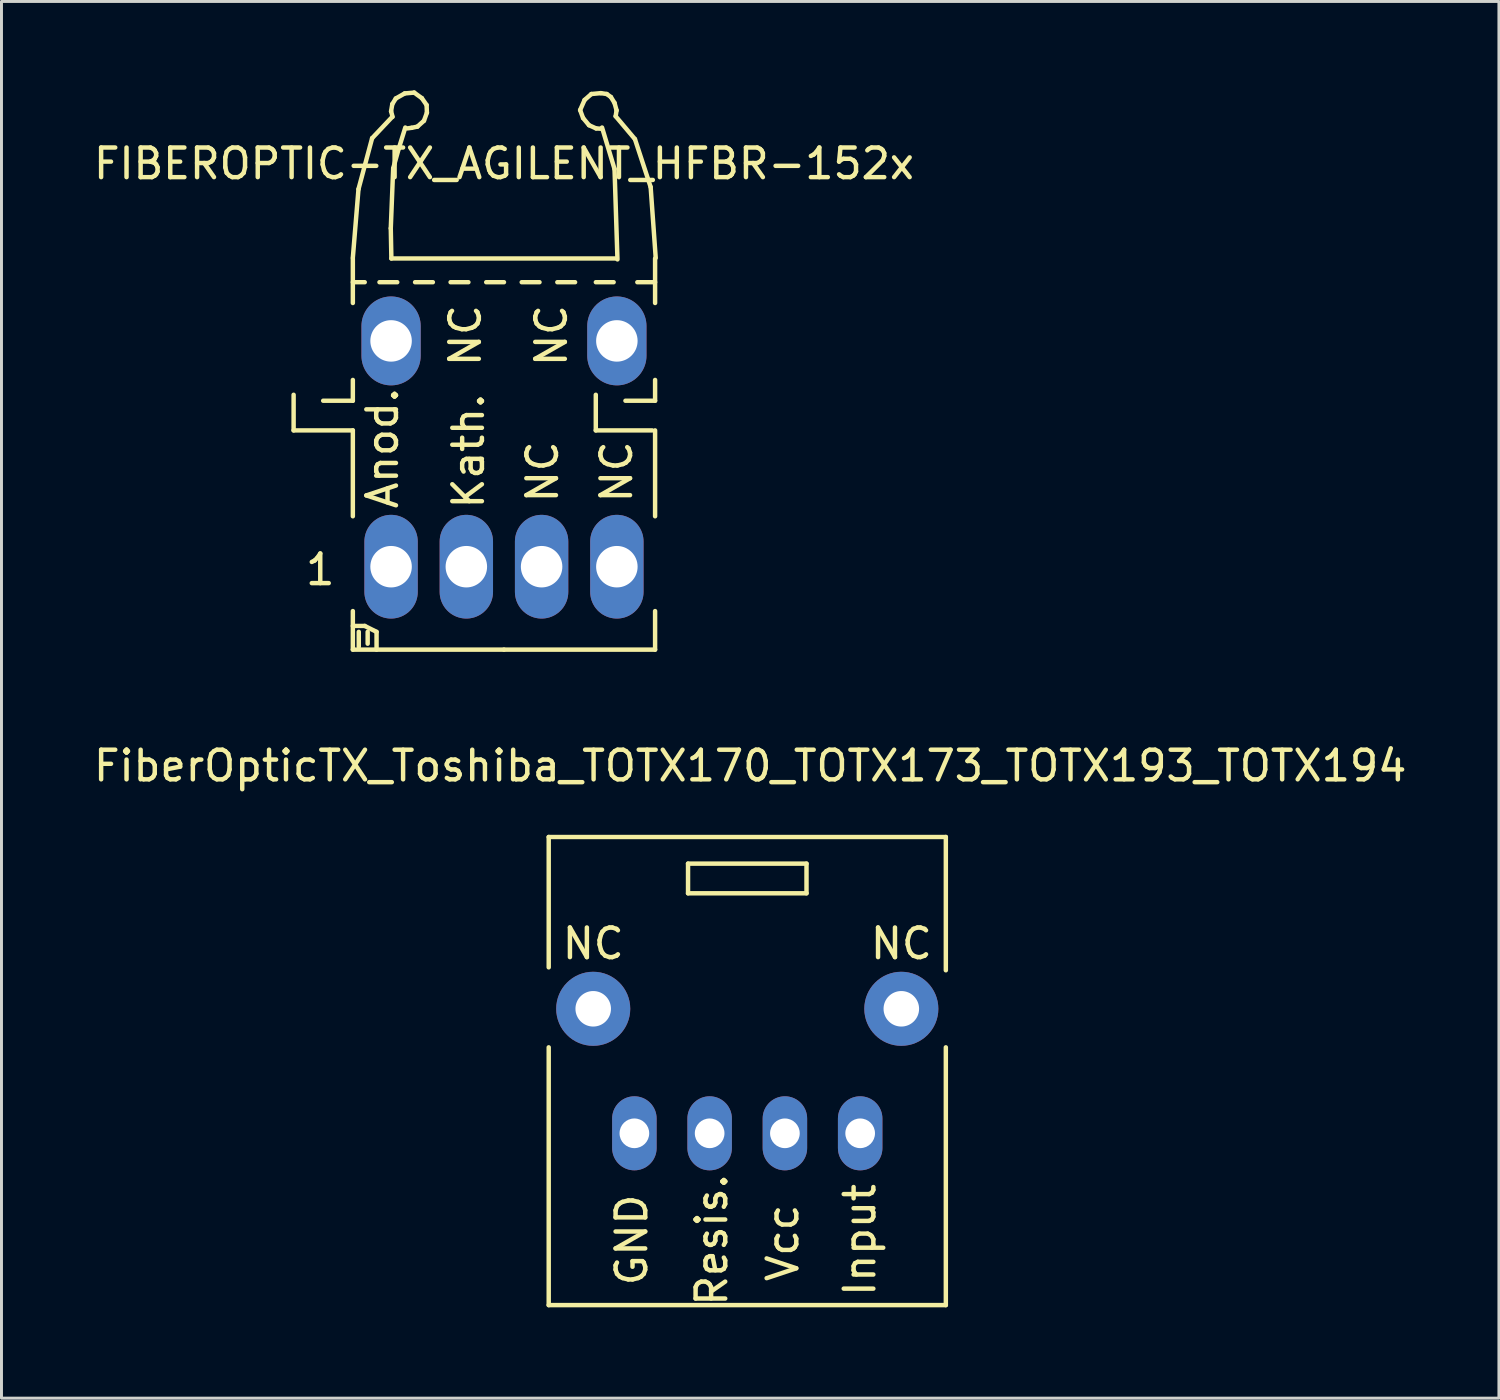
<source format=kicad_pcb>
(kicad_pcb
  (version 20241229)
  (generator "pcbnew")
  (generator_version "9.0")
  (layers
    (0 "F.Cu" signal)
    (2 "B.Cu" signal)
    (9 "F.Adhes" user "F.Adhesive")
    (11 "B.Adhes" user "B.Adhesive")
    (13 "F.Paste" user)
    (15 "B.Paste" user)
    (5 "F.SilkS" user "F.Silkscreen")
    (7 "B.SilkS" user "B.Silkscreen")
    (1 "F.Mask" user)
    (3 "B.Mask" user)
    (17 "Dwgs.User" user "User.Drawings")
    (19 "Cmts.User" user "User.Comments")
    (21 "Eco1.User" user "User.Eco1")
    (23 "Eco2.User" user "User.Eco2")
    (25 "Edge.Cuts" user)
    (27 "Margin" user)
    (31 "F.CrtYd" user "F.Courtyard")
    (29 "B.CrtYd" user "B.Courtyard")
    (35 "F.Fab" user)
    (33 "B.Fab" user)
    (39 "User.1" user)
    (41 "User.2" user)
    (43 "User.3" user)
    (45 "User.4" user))
  (footprint "FiberOpticTX_Toshiba_TOTX170_TOTX173_TOTX193_TOTX194"
    (layer "F.Cu")
    (at 22.169 33.096)
    (property "Reference" "FiberOpticTX_Toshiba_TOTX170_TOTX173_TOTX193_TOTX194" (at 0.099 -10.3 0) (layer "F.SilkS") (effects (font (size 1 1) (thickness 0.15))))
    (attr through_hole)
    (fp_line (start -6.701 -7.899) (end -6.701 -3.5) (stroke (width 0.15) (type solid)) (layer "F.SilkS"))
    (fp_line (start -6.701 7.899) (end -6.701 -0.8) (stroke (width 0.15) (type solid)) (layer "F.SilkS"))
    (fp_line (start -6.701 7.899) (end 6.701 7.899) (stroke (width 0.15) (type solid)) (layer "F.SilkS"))
    (fp_line (start -1.999 -7) (end 1.999 -7) (stroke (width 0.15) (type solid)) (layer "F.SilkS"))
    (fp_line (start -1.999 -5.999) (end -1.999 -7) (stroke (width 0.15) (type solid)) (layer "F.SilkS"))
    (fp_line (start 1.999 -7) (end 1.999 -5.999) (stroke (width 0.15) (type solid)) (layer "F.SilkS"))
    (fp_line (start 1.999 -5.999) (end -1.999 -5.999) (stroke (width 0.15) (type solid)) (layer "F.SilkS"))
    (fp_line (start 6.701 -7.899) (end -6.701 -7.899) (stroke (width 0.15) (type solid)) (layer "F.SilkS"))
    (fp_line (start 6.701 -7.899) (end 6.701 -3.401) (stroke (width 0.15) (type solid)) (layer "F.SilkS"))
    (fp_line (start 6.701 7.899) (end 6.701 -0.8) (stroke (width 0.15) (type solid)) (layer "F.SilkS"))
    (fp_text user "GND" (at -3.899 5.7 90) (layer "F.SilkS") (effects (font (size 1 1) (thickness 0.15))))
    (fp_text user "NC" (at 5.199 -4.3 0) (layer "F.SilkS") (effects (font (size 1 1) (thickness 0.15))))
    (fp_text user "Resis." (at -1.199 5.7 90) (layer "F.SilkS") (effects (font (size 1 1) (thickness 0.15))))
    (fp_text user "NC" (at -5.199 -4.3 0) (layer "F.SilkS") (effects (font (size 1 1) (thickness 0.15))))
    (fp_text user "Vcc" (at 1.199 5.799 90) (layer "F.SilkS") (effects (font (size 1 1) (thickness 0.15))))
    (fp_text user "Input" (at 3.8 5.7 90) (layer "F.SilkS") (effects (font (size 1 1) (thickness 0.15))))
    (pad "1" thru_hole oval (at -3.81 2.101) (size 1.501 2.499) (drill 1.001) (layers "*.Cu" "*.Mask"))
    (pad "2" thru_hole oval (at -1.27 2.101) (size 1.501 2.499) (drill 1.001) (layers "*.Cu" "*.Mask"))
    (pad "3" thru_hole oval (at 1.27 2.101) (size 1.501 2.499) (drill 1.001) (layers "*.Cu" "*.Mask"))
    (pad "4" thru_hole oval (at 3.81 2.101) (size 1.501 2.499) (drill 1.001) (layers "*.Cu" "*.Mask"))
    (pad "5" thru_hole circle (at 5.199 -2.101) (size 2.499 2.499) (drill 1.199) (layers "*.Cu" "*.Mask"))
    (pad "6" thru_hole circle (at -5.199 -2.101) (size 2.499 2.499) (drill 1.199) (layers "*.Cu" "*.Mask")))
  (footprint "FIBEROPTIC-TX_AGILENT_HFBR-152x"
    (layer "F.Cu")
    (at 13.958 10.474)
    (property "Reference" "FIBEROPTIC-TX_AGILENT_HFBR-152x" (at 0 -8.001 0) (layer "F.SilkS") (effects (font (size 1 1) (thickness 0.15))))
    (attr through_hole)
    (fp_line (start -7.099 1.001) (end -7.099 -0.201) (stroke (width 0.15) (type solid)) (layer "F.SilkS"))
    (fp_line (start -6.101 0) (end -5.1 0) (stroke (width 0.15) (type solid)) (layer "F.SilkS"))
    (fp_line (start -5.1 -4.831) (end -4.91 -7.14) (stroke (width 0.15) (type solid)) (layer "F.SilkS"))
    (fp_line (start -5.1 -4.801) (end -5.1 -3.299) (stroke (width 0.15) (type solid)) (layer "F.SilkS"))
    (fp_line (start -5.1 0) (end -5.1 -0.701) (stroke (width 0.15) (type solid)) (layer "F.SilkS"))
    (fp_line (start -5.1 1.001) (end -7.099 1.001) (stroke (width 0.15) (type solid)) (layer "F.SilkS"))
    (fp_line (start -5.1 1.001) (end -5.1 3.899) (stroke (width 0.15) (type solid)) (layer "F.SilkS"))
    (fp_line (start -5.1 7.6) (end -4.699 7.6) (stroke (width 0.15) (type solid)) (layer "F.SilkS"))
    (fp_line (start -5.1 8.4) (end -5.1 7.099) (stroke (width 0.15) (type solid)) (layer "F.SilkS"))
    (fp_line (start -4.91 -7.14) (end -4.45 -8.86) (stroke (width 0.15) (type solid)) (layer "F.SilkS"))
    (fp_line (start -4.9 7.8) (end -4.9 8.301) (stroke (width 0.15) (type solid)) (layer "F.SilkS"))
    (fp_line (start -4.699 -4) (end -5.1 -4) (stroke (width 0.15) (type solid)) (layer "F.SilkS"))
    (fp_line (start -4.699 7.6) (end -4.3 7.8) (stroke (width 0.15) (type solid)) (layer "F.SilkS"))
    (fp_line (start -4.6 7.8) (end -4.6 8.199) (stroke (width 0.15) (type solid)) (layer "F.SilkS"))
    (fp_line (start -4.45 -8.86) (end -3.769 -9.581) (stroke (width 0.15) (type solid)) (layer "F.SilkS"))
    (fp_line (start -4.3 7.8) (end -4.3 8.4) (stroke (width 0.15) (type solid)) (layer "F.SilkS"))
    (fp_line (start -3.82 -5.819) (end -3.739 -7.841) (stroke (width 0.15) (type solid)) (layer "F.SilkS"))
    (fp_line (start -3.81 -9.769) (end -3.759 -9.581) (stroke (width 0.15) (type solid)) (layer "F.SilkS"))
    (fp_line (start -3.8 -4.801) (end -3.82 -5.819) (stroke (width 0.15) (type solid)) (layer "F.SilkS"))
    (fp_line (start -3.769 -10.01) (end -3.81 -9.769) (stroke (width 0.15) (type solid)) (layer "F.SilkS"))
    (fp_line (start -3.739 -7.841) (end -3.551 -8.509) (stroke (width 0.15) (type solid)) (layer "F.SilkS"))
    (fp_line (start -3.65 -10.201) (end -3.769 -10.01) (stroke (width 0.15) (type solid)) (layer "F.SilkS"))
    (fp_line (start -3.602 -4) (end -4.201 -4) (stroke (width 0.15) (type solid)) (layer "F.SilkS"))
    (fp_line (start -3.551 -8.509) (end -3.33 -9.22) (stroke (width 0.15) (type solid)) (layer "F.SilkS"))
    (fp_line (start -3.35 -10.371) (end -3.65 -10.201) (stroke (width 0.15) (type solid)) (layer "F.SilkS"))
    (fp_line (start -3.269 -9.19) (end -3.119 -9.21) (stroke (width 0.15) (type solid)) (layer "F.SilkS"))
    (fp_line (start -3.119 -9.21) (end -2.921 -9.251) (stroke (width 0.15) (type solid)) (layer "F.SilkS"))
    (fp_line (start -3.03 -10.399) (end -3.35 -10.371) (stroke (width 0.15) (type solid)) (layer "F.SilkS"))
    (fp_line (start -2.921 -9.251) (end -2.7 -9.449) (stroke (width 0.15) (type solid)) (layer "F.SilkS"))
    (fp_line (start -2.771 -10.211) (end -3.03 -10.399) (stroke (width 0.15) (type solid)) (layer "F.SilkS"))
    (fp_line (start -2.7 -9.449) (end -2.601 -9.721) (stroke (width 0.15) (type solid)) (layer "F.SilkS"))
    (fp_line (start -2.611 -9.98) (end -2.771 -10.211) (stroke (width 0.15) (type solid)) (layer "F.SilkS"))
    (fp_line (start -2.601 -9.721) (end -2.611 -9.98) (stroke (width 0.15) (type solid)) (layer "F.SilkS"))
    (fp_line (start -2.4 -4) (end -3 -4) (stroke (width 0.15) (type solid)) (layer "F.SilkS"))
    (fp_line (start -1.201 -4) (end -1.801 -4) (stroke (width 0.15) (type solid)) (layer "F.SilkS"))
    (fp_line (start 0 -4) (end -0.599 -4) (stroke (width 0.15) (type solid)) (layer "F.SilkS"))
    (fp_line (start 0 8.4) (end -5.1 8.4) (stroke (width 0.15) (type solid)) (layer "F.SilkS"))
    (fp_line (start 0 8.4) (end 5.1 8.4) (stroke (width 0.15) (type solid)) (layer "F.SilkS"))
    (fp_line (start 1.199 -4) (end 0.599 -4) (stroke (width 0.15) (type solid)) (layer "F.SilkS"))
    (fp_line (start 2.4 -4) (end 1.801 -4) (stroke (width 0.15) (type solid)) (layer "F.SilkS"))
    (fp_line (start 2.57 -9.809) (end 2.67 -9.54) (stroke (width 0.15) (type solid)) (layer "F.SilkS"))
    (fp_line (start 2.67 -9.54) (end 2.87 -9.299) (stroke (width 0.15) (type solid)) (layer "F.SilkS"))
    (fp_line (start 2.72 -10.15) (end 2.57 -9.809) (stroke (width 0.15) (type solid)) (layer "F.SilkS"))
    (fp_line (start 2.87 -9.299) (end 3.109 -9.19) (stroke (width 0.15) (type solid)) (layer "F.SilkS"))
    (fp_line (start 2.949 -10.351) (end 2.72 -10.15) (stroke (width 0.15) (type solid)) (layer "F.SilkS"))
    (fp_line (start 3.099 1.001) (end 3.099 -0.201) (stroke (width 0.15) (type solid)) (layer "F.SilkS"))
    (fp_line (start 3.109 -9.19) (end 3.269 -9.18) (stroke (width 0.15) (type solid)) (layer "F.SilkS"))
    (fp_line (start 3.269 -10.381) (end 2.949 -10.351) (stroke (width 0.15) (type solid)) (layer "F.SilkS"))
    (fp_line (start 3.47 -10.351) (end 3.269 -10.381) (stroke (width 0.15) (type solid)) (layer "F.SilkS"))
    (fp_line (start 3.609 -10.249) (end 3.47 -10.351) (stroke (width 0.15) (type solid)) (layer "F.SilkS"))
    (fp_line (start 3.701 -4) (end 3.101 -4) (stroke (width 0.15) (type solid)) (layer "F.SilkS"))
    (fp_line (start 3.731 -10.051) (end 3.609 -10.249) (stroke (width 0.15) (type solid)) (layer "F.SilkS"))
    (fp_line (start 3.731 -7.821) (end 3.31 -9.22) (stroke (width 0.15) (type solid)) (layer "F.SilkS"))
    (fp_line (start 3.769 -9.601) (end 3.8 -9.799) (stroke (width 0.15) (type solid)) (layer "F.SilkS"))
    (fp_line (start 3.8 -9.799) (end 3.731 -10.051) (stroke (width 0.15) (type solid)) (layer "F.SilkS"))
    (fp_line (start 3.8 -4.801) (end -3.8 -4.801) (stroke (width 0.15) (type solid)) (layer "F.SilkS"))
    (fp_line (start 3.83 -4.77) (end 3.731 -7.821) (stroke (width 0.15) (type solid)) (layer "F.SilkS"))
    (fp_line (start 4.42 -8.829) (end 3.769 -9.601) (stroke (width 0.15) (type solid)) (layer "F.SilkS"))
    (fp_line (start 4.95 -7.211) (end 4.42 -8.829) (stroke (width 0.15) (type solid)) (layer "F.SilkS"))
    (fp_line (start 5.001 1.001) (end 3.099 1.001) (stroke (width 0.15) (type solid)) (layer "F.SilkS"))
    (fp_line (start 5.1 -4) (end 4.501 -4) (stroke (width 0.15) (type solid)) (layer "F.SilkS"))
    (fp_line (start 5.1 -3.299) (end 5.1 -4.801) (stroke (width 0.15) (type solid)) (layer "F.SilkS"))
    (fp_line (start 5.1 0) (end 4.1 0) (stroke (width 0.15) (type solid)) (layer "F.SilkS"))
    (fp_line (start 5.1 0) (end 5.1 -0.701) (stroke (width 0.15) (type solid)) (layer "F.SilkS"))
    (fp_line (start 5.1 3.899) (end 5.1 1.001) (stroke (width 0.15) (type solid)) (layer "F.SilkS"))
    (fp_line (start 5.1 8.4) (end 5.1 7.099) (stroke (width 0.15) (type solid)) (layer "F.SilkS"))
    (fp_line (start 5.121 -4.821) (end 4.95 -7.211) (stroke (width 0.15) (type solid)) (layer "F.SilkS"))
    (fp_text user "NC" (at 1.3 2.4 90) (layer "F.SilkS") (effects (font (size 1 1) (thickness 0.15))))
    (fp_text user "NC" (at -1.303 -2.2 90) (layer "F.SilkS") (effects (font (size 1 1) (thickness 0.15))))
    (fp_text user "Anod." (at -4.1 1.6 90) (layer "F.SilkS") (effects (font (size 1 1) (thickness 0.15))))
    (fp_text user "1" (at -6.2 5.7 0) (layer "F.SilkS") (effects (font (size 1 1) (thickness 0.15))))
    (fp_text user "Kath." (at -1.199 1.699 90) (layer "F.SilkS") (effects (font (size 1 1) (thickness 0.15))))
    (fp_text user "NC" (at 1.6 -2.2 90) (layer "F.SilkS") (effects (font (size 1 1) (thickness 0.15))))
    (fp_text user "NC" (at 3.8 2.4 90) (layer "F.SilkS") (effects (font (size 1 1) (thickness 0.15))))
    (pad "1" thru_hole oval (at -3.81 5.601) (size 1.801 3.5) (drill 1.4) (layers "*.Cu" "*.Mask"))
    (pad "2" thru_hole oval (at -1.27 5.601) (size 1.801 3.5) (drill 1.4) (layers "*.Cu" "*.Mask"))
    (pad "3" thru_hole oval (at 1.27 5.601) (size 1.801 3.5) (drill 1.4) (layers "*.Cu" "*.Mask"))
    (pad "4" thru_hole oval (at 3.81 5.601) (size 1.801 3.5) (drill 1.4) (layers "*.Cu" "*.Mask"))
    (pad "5" thru_hole oval (at 3.81 -2.019) (size 1.999 3) (drill 1.4) (layers "*.Cu" "*.Mask"))
    (pad "6" thru_hole oval (at -3.81 -2.019) (size 1.999 3) (drill 1.4) (layers "*.Cu" "*.Mask")))
  (gr_rect
    (start -3 -3)
    (end 47.536 44.136)
    (stroke (width 0.1) (type default))
    (fill no)
    (layer "Edge.Cuts")))
</source>
